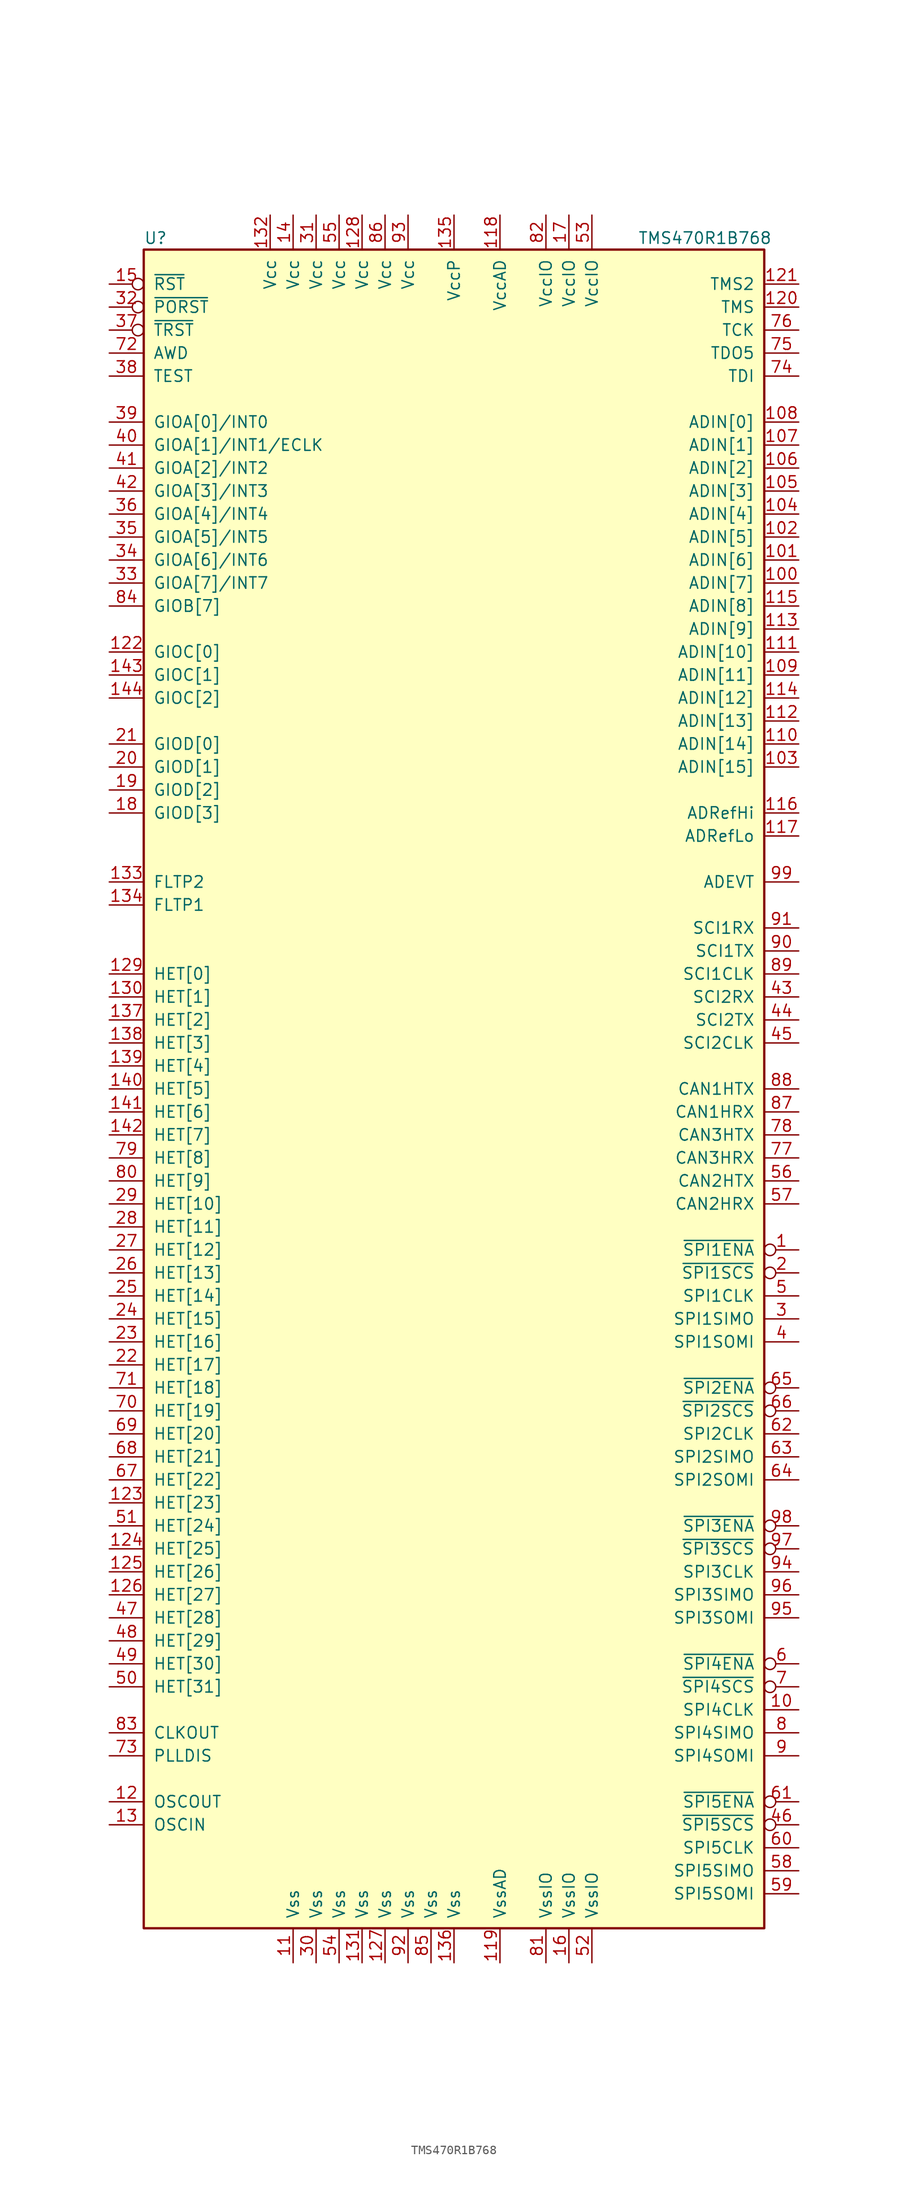
<source format=kicad_sym>
(kicad_symbol_lib
  (version 20241209)
  (generator "kicad_symbol_editor")
  (generator_version "9.0")
  (symbol "TMS470R1B768"
    (pin_names
      (offset 1.016))
    (property "Reference" "U"
      (at -34.29 93.98 0)
      (effects (font (size 1.27 1.27)) (justify left)))
    (property "Value" "TMS470R1B768"
      (at 20.32 93.98 0)
      (effects (font (size 1.27 1.27)) (justify left)))
    (symbol "TMS470R1B768_0_1"
      (rectangle (start -34.29 92.71) (end 34.29 -92.71) (stroke (width 0.254) (type default)) (fill (type background))))
    (symbol "TMS470R1B768_1_1"
      (pin input inverted (at -38.1 88.9 0) (length 3.81) (name "~{RST}" (effects (font (size 1.27 1.27)))) (number "15" (effects (font (size 1.27 1.27)))))
      (pin input inverted (at -38.1 86.36 0) (length 3.81) (name "~{PORST}" (effects (font (size 1.27 1.27)))) (number "32" (effects (font (size 1.27 1.27)))))
      (pin input inverted (at -38.1 83.82 0) (length 3.81) (name "~{TRST}" (effects (font (size 1.27 1.27)))) (number "37" (effects (font (size 1.27 1.27)))))
      (pin passive line (at -38.1 81.28 0) (length 3.81) (name "AWD" (effects (font (size 1.27 1.27)))) (number "72" (effects (font (size 1.27 1.27)))))
      (pin passive line (at -38.1 78.74 0) (length 3.81) (name "TEST" (effects (font (size 1.27 1.27)))) (number "38" (effects (font (size 1.27 1.27)))))
      (pin input line (at -38.1 73.66 0) (length 3.81) (name "GIOA[0]/INT0" (effects (font (size 1.27 1.27)))) (number "39" (effects (font (size 1.27 1.27)))))
      (pin passive line (at -38.1 71.12 0) (length 3.81) (name "GIOA[1]/INT1/ECLK" (effects (font (size 1.27 1.27)))) (number "40" (effects (font (size 1.27 1.27)))))
      (pin passive line (at -38.1 68.58 0) (length 3.81) (name "GIOA[2]/INT2" (effects (font (size 1.27 1.27)))) (number "41" (effects (font (size 1.27 1.27)))))
      (pin passive line (at -38.1 66.04 0) (length 3.81) (name "GIOA[3]/INT3" (effects (font (size 1.27 1.27)))) (number "42" (effects (font (size 1.27 1.27)))))
      (pin passive line (at -38.1 63.5 0) (length 3.81) (name "GIOA[4]/INT4" (effects (font (size 1.27 1.27)))) (number "36" (effects (font (size 1.27 1.27)))))
      (pin passive line (at -38.1 60.96 0) (length 3.81) (name "GIOA[5]/INT5" (effects (font (size 1.27 1.27)))) (number "35" (effects (font (size 1.27 1.27)))))
      (pin passive line (at -38.1 58.42 0) (length 3.81) (name "GIOA[6]/INT6" (effects (font (size 1.27 1.27)))) (number "34" (effects (font (size 1.27 1.27)))))
      (pin passive line (at -38.1 55.88 0) (length 3.81) (name "GIOA[7]/INT7" (effects (font (size 1.27 1.27)))) (number "33" (effects (font (size 1.27 1.27)))))
      (pin passive line (at -38.1 53.34 0) (length 3.81) (name "GIOB[7]" (effects (font (size 1.27 1.27)))) (number "84" (effects (font (size 1.27 1.27)))))
      (pin passive line (at -38.1 48.26 0) (length 3.81) (name "GIOC[0]" (effects (font (size 1.27 1.27)))) (number "122" (effects (font (size 1.27 1.27)))))
      (pin passive line (at -38.1 45.72 0) (length 3.81) (name "GIOC[1]" (effects (font (size 1.27 1.27)))) (number "143" (effects (font (size 1.27 1.27)))))
      (pin passive line (at -38.1 43.18 0) (length 3.81) (name "GIOC[2]" (effects (font (size 1.27 1.27)))) (number "144" (effects (font (size 1.27 1.27)))))
      (pin passive line (at -38.1 38.1 0) (length 3.81) (name "GIOD[0]" (effects (font (size 1.27 1.27)))) (number "21" (effects (font (size 1.27 1.27)))))
      (pin passive line (at -38.1 35.56 0) (length 3.81) (name "GIOD[1]" (effects (font (size 1.27 1.27)))) (number "20" (effects (font (size 1.27 1.27)))))
      (pin passive line (at -38.1 33.02 0) (length 3.81) (name "GIOD[2]" (effects (font (size 1.27 1.27)))) (number "19" (effects (font (size 1.27 1.27)))))
      (pin passive line (at -38.1 30.48 0) (length 3.81) (name "GIOD[3]" (effects (font (size 1.27 1.27)))) (number "18" (effects (font (size 1.27 1.27)))))
      (pin passive line (at -38.1 22.86 0) (length 3.81) (name "FLTP2" (effects (font (size 1.27 1.27)))) (number "133" (effects (font (size 1.27 1.27)))))
      (pin passive line (at -38.1 20.32 0) (length 3.81) (name "FLTP1" (effects (font (size 1.27 1.27)))) (number "134" (effects (font (size 1.27 1.27)))))
      (pin passive line (at -38.1 12.7 0) (length 3.81) (name "HET[0]" (effects (font (size 1.27 1.27)))) (number "129" (effects (font (size 1.27 1.27)))))
      (pin passive line (at -38.1 10.16 0) (length 3.81) (name "HET[1]" (effects (font (size 1.27 1.27)))) (number "130" (effects (font (size 1.27 1.27)))))
      (pin passive line (at -38.1 7.62 0) (length 3.81) (name "HET[2]" (effects (font (size 1.27 1.27)))) (number "137" (effects (font (size 1.27 1.27)))))
      (pin passive line (at -38.1 5.08 0) (length 3.81) (name "HET[3]" (effects (font (size 1.27 1.27)))) (number "138" (effects (font (size 1.27 1.27)))))
      (pin passive line (at -38.1 2.54 0) (length 3.81) (name "HET[4]" (effects (font (size 1.27 1.27)))) (number "139" (effects (font (size 1.27 1.27)))))
      (pin passive line (at -38.1 0 0) (length 3.81) (name "HET[5]" (effects (font (size 1.27 1.27)))) (number "140" (effects (font (size 1.27 1.27)))))
      (pin passive line (at -38.1 -2.54 0) (length 3.81) (name "HET[6]" (effects (font (size 1.27 1.27)))) (number "141" (effects (font (size 1.27 1.27)))))
      (pin passive line (at -38.1 -5.08 0) (length 3.81) (name "HET[7]" (effects (font (size 1.27 1.27)))) (number "142" (effects (font (size 1.27 1.27)))))
      (pin passive line (at -38.1 -7.62 0) (length 3.81) (name "HET[8]" (effects (font (size 1.27 1.27)))) (number "79" (effects (font (size 1.27 1.27)))))
      (pin passive line (at -38.1 -10.16 0) (length 3.81) (name "HET[9]" (effects (font (size 1.27 1.27)))) (number "80" (effects (font (size 1.27 1.27)))))
      (pin passive line (at -38.1 -12.7 0) (length 3.81) (name "HET[10]" (effects (font (size 1.27 1.27)))) (number "29" (effects (font (size 1.27 1.27)))))
      (pin passive line (at -38.1 -15.24 0) (length 3.81) (name "HET[11]" (effects (font (size 1.27 1.27)))) (number "28" (effects (font (size 1.27 1.27)))))
      (pin passive line (at -38.1 -17.78 0) (length 3.81) (name "HET[12]" (effects (font (size 1.27 1.27)))) (number "27" (effects (font (size 1.27 1.27)))))
      (pin passive line (at -38.1 -20.32 0) (length 3.81) (name "HET[13]" (effects (font (size 1.27 1.27)))) (number "26" (effects (font (size 1.27 1.27)))))
      (pin passive line (at -38.1 -22.86 0) (length 3.81) (name "HET[14]" (effects (font (size 1.27 1.27)))) (number "25" (effects (font (size 1.27 1.27)))))
      (pin passive line (at -38.1 -25.4 0) (length 3.81) (name "HET[15]" (effects (font (size 1.27 1.27)))) (number "24" (effects (font (size 1.27 1.27)))))
      (pin passive line (at -38.1 -27.94 0) (length 3.81) (name "HET[16]" (effects (font (size 1.27 1.27)))) (number "23" (effects (font (size 1.27 1.27)))))
      (pin passive line (at -38.1 -30.48 0) (length 3.81) (name "HET[17]" (effects (font (size 1.27 1.27)))) (number "22" (effects (font (size 1.27 1.27)))))
      (pin passive line (at -38.1 -33.02 0) (length 3.81) (name "HET[18]" (effects (font (size 1.27 1.27)))) (number "71" (effects (font (size 1.27 1.27)))))
      (pin passive line (at -38.1 -35.56 0) (length 3.81) (name "HET[19]" (effects (font (size 1.27 1.27)))) (number "70" (effects (font (size 1.27 1.27)))))
      (pin passive line (at -38.1 -38.1 0) (length 3.81) (name "HET[20]" (effects (font (size 1.27 1.27)))) (number "69" (effects (font (size 1.27 1.27)))))
      (pin passive line (at -38.1 -40.64 0) (length 3.81) (name "HET[21]" (effects (font (size 1.27 1.27)))) (number "68" (effects (font (size 1.27 1.27)))))
      (pin passive line (at -38.1 -43.18 0) (length 3.81) (name "HET[22]" (effects (font (size 1.27 1.27)))) (number "67" (effects (font (size 1.27 1.27)))))
      (pin passive line (at -38.1 -45.72 0) (length 3.81) (name "HET[23]" (effects (font (size 1.27 1.27)))) (number "123" (effects (font (size 1.27 1.27)))))
      (pin passive line (at -38.1 -48.26 0) (length 3.81) (name "HET[24]" (effects (font (size 1.27 1.27)))) (number "51" (effects (font (size 1.27 1.27)))))
      (pin passive line (at -38.1 -50.8 0) (length 3.81) (name "HET[25]" (effects (font (size 1.27 1.27)))) (number "124" (effects (font (size 1.27 1.27)))))
      (pin passive line (at -38.1 -53.34 0) (length 3.81) (name "HET[26]" (effects (font (size 1.27 1.27)))) (number "125" (effects (font (size 1.27 1.27)))))
      (pin passive line (at -38.1 -55.88 0) (length 3.81) (name "HET[27]" (effects (font (size 1.27 1.27)))) (number "126" (effects (font (size 1.27 1.27)))))
      (pin passive line (at -38.1 -58.42 0) (length 3.81) (name "HET[28]" (effects (font (size 1.27 1.27)))) (number "47" (effects (font (size 1.27 1.27)))))
      (pin passive line (at -38.1 -60.96 0) (length 3.81) (name "HET[29]" (effects (font (size 1.27 1.27)))) (number "48" (effects (font (size 1.27 1.27)))))
      (pin passive line (at -38.1 -63.5 0) (length 3.81) (name "HET[30]" (effects (font (size 1.27 1.27)))) (number "49" (effects (font (size 1.27 1.27)))))
      (pin passive line (at -38.1 -66.04 0) (length 3.81) (name "HET[31]" (effects (font (size 1.27 1.27)))) (number "50" (effects (font (size 1.27 1.27)))))
      (pin passive line (at -38.1 -71.12 0) (length 3.81) (name "CLKOUT" (effects (font (size 1.27 1.27)))) (number "83" (effects (font (size 1.27 1.27)))))
      (pin passive line (at -38.1 -73.66 0) (length 3.81) (name "PLLDIS" (effects (font (size 1.27 1.27)))) (number "73" (effects (font (size 1.27 1.27)))))
      (pin passive line (at -38.1 -78.74 0) (length 3.81) (name "OSCOUT" (effects (font (size 1.27 1.27)))) (number "12" (effects (font (size 1.27 1.27)))))
      (pin passive line (at -38.1 -81.28 0) (length 3.81) (name "OSCIN" (effects (font (size 1.27 1.27)))) (number "13" (effects (font (size 1.27 1.27)))))
      (pin passive line (at -20.32 96.52 270) (length 3.81) (name "Vcc" (effects (font (size 1.27 1.27)))) (number "132" (effects (font (size 1.27 1.27)))))
      (pin power_in line (at -17.78 96.52 270) (length 3.81) (name "Vcc" (effects (font (size 1.27 1.27)))) (number "14" (effects (font (size 1.27 1.27)))))
      (pin power_in line (at -17.78 -96.52 90) (length 3.81) (name "Vss" (effects (font (size 1.27 1.27)))) (number "11" (effects (font (size 1.27 1.27)))))
      (pin passive line (at -15.24 96.52 270) (length 3.81) (name "Vcc" (effects (font (size 1.27 1.27)))) (number "31" (effects (font (size 1.27 1.27)))))
      (pin passive line (at -15.24 -96.52 90) (length 3.81) (name "Vss" (effects (font (size 1.27 1.27)))) (number "30" (effects (font (size 1.27 1.27)))))
      (pin unspecified line (at -12.7 96.52 270) (length 3.81) (name "Vcc" (effects (font (size 1.27 1.27)))) (number "55" (effects (font (size 1.27 1.27)))))
      (pin power_in line (at -12.7 -96.52 90) (length 3.81) (name "Vss" (effects (font (size 1.27 1.27)))) (number "54" (effects (font (size 1.27 1.27)))))
      (pin passive line (at -10.16 96.52 270) (length 3.81) (name "Vcc" (effects (font (size 1.27 1.27)))) (number "128" (effects (font (size 1.27 1.27)))))
      (pin passive line (at -10.16 -96.52 90) (length 3.81) (name "Vss" (effects (font (size 1.27 1.27)))) (number "131" (effects (font (size 1.27 1.27)))))
      (pin passive line (at -7.62 96.52 270) (length 3.81) (name "Vcc" (effects (font (size 1.27 1.27)))) (number "86" (effects (font (size 1.27 1.27)))))
      (pin passive line (at -7.62 -96.52 90) (length 3.81) (name "Vss" (effects (font (size 1.27 1.27)))) (number "127" (effects (font (size 1.27 1.27)))))
      (pin passive line (at -5.08 96.52 270) (length 3.81) (name "Vcc" (effects (font (size 1.27 1.27)))) (number "93" (effects (font (size 1.27 1.27)))))
      (pin passive line (at -5.08 -96.52 90) (length 3.81) (name "Vss" (effects (font (size 1.27 1.27)))) (number "92" (effects (font (size 1.27 1.27)))))
      (pin passive line (at -2.54 -96.52 90) (length 3.81) (name "Vss" (effects (font (size 1.27 1.27)))) (number "85" (effects (font (size 1.27 1.27)))))
      (pin passive line (at 0 96.52 270) (length 3.81) (name "VccP" (effects (font (size 1.27 1.27)))) (number "135" (effects (font (size 1.27 1.27)))))
      (pin passive line (at 0 -96.52 90) (length 3.81) (name "Vss" (effects (font (size 1.27 1.27)))) (number "136" (effects (font (size 1.27 1.27)))))
      (pin passive line (at 5.08 96.52 270) (length 3.81) (name "VccAD" (effects (font (size 1.27 1.27)))) (number "118" (effects (font (size 1.27 1.27)))))
      (pin passive line (at 5.08 -96.52 90) (length 3.81) (name "VssAD" (effects (font (size 1.27 1.27)))) (number "119" (effects (font (size 1.27 1.27)))))
      (pin passive line (at 10.16 96.52 270) (length 3.81) (name "VccIO" (effects (font (size 1.27 1.27)))) (number "82" (effects (font (size 1.27 1.27)))))
      (pin passive line (at 10.16 -96.52 90) (length 3.81) (name "VssIO" (effects (font (size 1.27 1.27)))) (number "81" (effects (font (size 1.27 1.27)))))
      (pin power_in line (at 12.7 96.52 270) (length 3.81) (name "VccIO" (effects (font (size 1.27 1.27)))) (number "17" (effects (font (size 1.27 1.27)))))
      (pin power_in line (at 12.7 -96.52 90) (length 3.81) (name "VssIO" (effects (font (size 1.27 1.27)))) (number "16" (effects (font (size 1.27 1.27)))))
      (pin power_in line (at 15.24 96.52 270) (length 3.81) (name "VccIO" (effects (font (size 1.27 1.27)))) (number "53" (effects (font (size 1.27 1.27)))))
      (pin power_in line (at 15.24 -96.52 90) (length 3.81) (name "VssIO" (effects (font (size 1.27 1.27)))) (number "52" (effects (font (size 1.27 1.27)))))
      (pin passive line (at 38.1 88.9 180) (length 3.81) (name "TMS2" (effects (font (size 1.27 1.27)))) (number "121" (effects (font (size 1.27 1.27)))))
      (pin passive line (at 38.1 86.36 180) (length 3.81) (name "TMS" (effects (font (size 1.27 1.27)))) (number "120" (effects (font (size 1.27 1.27)))))
      (pin passive line (at 38.1 83.82 180) (length 3.81) (name "TCK" (effects (font (size 1.27 1.27)))) (number "76" (effects (font (size 1.27 1.27)))))
      (pin passive line (at 38.1 81.28 180) (length 3.81) (name "TDO5" (effects (font (size 1.27 1.27)))) (number "75" (effects (font (size 1.27 1.27)))))
      (pin passive line (at 38.1 78.74 180) (length 3.81) (name "TDI" (effects (font (size 1.27 1.27)))) (number "74" (effects (font (size 1.27 1.27)))))
      (pin passive line (at 38.1 73.66 180) (length 3.81) (name "ADIN[0]" (effects (font (size 1.27 1.27)))) (number "108" (effects (font (size 1.27 1.27)))))
      (pin passive line (at 38.1 71.12 180) (length 3.81) (name "ADIN[1]" (effects (font (size 1.27 1.27)))) (number "107" (effects (font (size 1.27 1.27)))))
      (pin passive line (at 38.1 68.58 180) (length 3.81) (name "ADIN[2]" (effects (font (size 1.27 1.27)))) (number "106" (effects (font (size 1.27 1.27)))))
      (pin passive line (at 38.1 66.04 180) (length 3.81) (name "ADIN[3]" (effects (font (size 1.27 1.27)))) (number "105" (effects (font (size 1.27 1.27)))))
      (pin passive line (at 38.1 63.5 180) (length 3.81) (name "ADIN[4]" (effects (font (size 1.27 1.27)))) (number "104" (effects (font (size 1.27 1.27)))))
      (pin passive line (at 38.1 60.96 180) (length 3.81) (name "ADIN[5]" (effects (font (size 1.27 1.27)))) (number "102" (effects (font (size 1.27 1.27)))))
      (pin passive line (at 38.1 58.42 180) (length 3.81) (name "ADIN[6]" (effects (font (size 1.27 1.27)))) (number "101" (effects (font (size 1.27 1.27)))))
      (pin passive line (at 38.1 55.88 180) (length 3.81) (name "ADIN[7]" (effects (font (size 1.27 1.27)))) (number "100" (effects (font (size 1.27 1.27)))))
      (pin passive line (at 38.1 53.34 180) (length 3.81) (name "ADIN[8]" (effects (font (size 1.27 1.27)))) (number "115" (effects (font (size 1.27 1.27)))))
      (pin passive line (at 38.1 50.8 180) (length 3.81) (name "ADIN[9]" (effects (font (size 1.27 1.27)))) (number "113" (effects (font (size 1.27 1.27)))))
      (pin passive line (at 38.1 48.26 180) (length 3.81) (name "ADIN[10]" (effects (font (size 1.27 1.27)))) (number "111" (effects (font (size 1.27 1.27)))))
      (pin passive line (at 38.1 45.72 180) (length 3.81) (name "ADIN[11]" (effects (font (size 1.27 1.27)))) (number "109" (effects (font (size 1.27 1.27)))))
      (pin passive line (at 38.1 43.18 180) (length 3.81) (name "ADIN[12]" (effects (font (size 1.27 1.27)))) (number "114" (effects (font (size 1.27 1.27)))))
      (pin passive line (at 38.1 40.64 180) (length 3.81) (name "ADIN[13]" (effects (font (size 1.27 1.27)))) (number "112" (effects (font (size 1.27 1.27)))))
      (pin passive line (at 38.1 38.1 180) (length 3.81) (name "ADIN[14]" (effects (font (size 1.27 1.27)))) (number "110" (effects (font (size 1.27 1.27)))))
      (pin passive line (at 38.1 35.56 180) (length 3.81) (name "ADIN[15]" (effects (font (size 1.27 1.27)))) (number "103" (effects (font (size 1.27 1.27)))))
      (pin passive line (at 38.1 30.48 180) (length 3.81) (name "ADRefHi" (effects (font (size 1.27 1.27)))) (number "116" (effects (font (size 1.27 1.27)))))
      (pin passive line (at 38.1 27.94 180) (length 3.81) (name "ADRefLo" (effects (font (size 1.27 1.27)))) (number "117" (effects (font (size 1.27 1.27)))))
      (pin passive line (at 38.1 22.86 180) (length 3.81) (name "ADEVT" (effects (font (size 1.27 1.27)))) (number "99" (effects (font (size 1.27 1.27)))))
      (pin passive line (at 38.1 17.78 180) (length 3.81) (name "SCI1RX" (effects (font (size 1.27 1.27)))) (number "91" (effects (font (size 1.27 1.27)))))
      (pin passive line (at 38.1 15.24 180) (length 3.81) (name "SCI1TX" (effects (font (size 1.27 1.27)))) (number "90" (effects (font (size 1.27 1.27)))))
      (pin passive line (at 38.1 12.7 180) (length 3.81) (name "SCI1CLK" (effects (font (size 1.27 1.27)))) (number "89" (effects (font (size 1.27 1.27)))))
      (pin passive line (at 38.1 10.16 180) (length 3.81) (name "SCI2RX" (effects (font (size 1.27 1.27)))) (number "43" (effects (font (size 1.27 1.27)))))
      (pin passive line (at 38.1 7.62 180) (length 3.81) (name "SCI2TX" (effects (font (size 1.27 1.27)))) (number "44" (effects (font (size 1.27 1.27)))))
      (pin passive line (at 38.1 5.08 180) (length 3.81) (name "SCI2CLK" (effects (font (size 1.27 1.27)))) (number "45" (effects (font (size 1.27 1.27)))))
      (pin passive line (at 38.1 0 180) (length 3.81) (name "CAN1HTX" (effects (font (size 1.27 1.27)))) (number "88" (effects (font (size 1.27 1.27)))))
      (pin passive line (at 38.1 -2.54 180) (length 3.81) (name "CAN1HRX" (effects (font (size 1.27 1.27)))) (number "87" (effects (font (size 1.27 1.27)))))
      (pin passive line (at 38.1 -5.08 180) (length 3.81) (name "CAN3HTX" (effects (font (size 1.27 1.27)))) (number "78" (effects (font (size 1.27 1.27)))))
      (pin passive line (at 38.1 -7.62 180) (length 3.81) (name "CAN3HRX" (effects (font (size 1.27 1.27)))) (number "77" (effects (font (size 1.27 1.27)))))
      (pin passive line (at 38.1 -10.16 180) (length 3.81) (name "CAN2HTX" (effects (font (size 1.27 1.27)))) (number "56" (effects (font (size 1.27 1.27)))))
      (pin passive line (at 38.1 -12.7 180) (length 3.81) (name "CAN2HRX" (effects (font (size 1.27 1.27)))) (number "57" (effects (font (size 1.27 1.27)))))
      (pin passive inverted (at 38.1 -17.78 180) (length 3.81) (name "~{SPI1ENA}" (effects (font (size 1.27 1.27)))) (number "1" (effects (font (size 1.27 1.27)))))
      (pin passive inverted (at 38.1 -20.32 180) (length 3.81) (name "~{SPI1SCS}" (effects (font (size 1.27 1.27)))) (number "2" (effects (font (size 1.27 1.27)))))
      (pin passive line (at 38.1 -22.86 180) (length 3.81) (name "SPI1CLK" (effects (font (size 1.27 1.27)))) (number "5" (effects (font (size 1.27 1.27)))))
      (pin passive line (at 38.1 -25.4 180) (length 3.81) (name "SPI1SIMO" (effects (font (size 1.27 1.27)))) (number "3" (effects (font (size 1.27 1.27)))))
      (pin passive line (at 38.1 -27.94 180) (length 3.81) (name "SPI1SOMI" (effects (font (size 1.27 1.27)))) (number "4" (effects (font (size 1.27 1.27)))))
      (pin passive inverted (at 38.1 -33.02 180) (length 3.81) (name "~{SPI2ENA}" (effects (font (size 1.27 1.27)))) (number "65" (effects (font (size 1.27 1.27)))))
      (pin passive inverted (at 38.1 -35.56 180) (length 3.81) (name "~{SPI2SCS}" (effects (font (size 1.27 1.27)))) (number "66" (effects (font (size 1.27 1.27)))))
      (pin passive line (at 38.1 -38.1 180) (length 3.81) (name "SPI2CLK" (effects (font (size 1.27 1.27)))) (number "62" (effects (font (size 1.27 1.27)))))
      (pin passive line (at 38.1 -40.64 180) (length 3.81) (name "SPI2SIMO" (effects (font (size 1.27 1.27)))) (number "63" (effects (font (size 1.27 1.27)))))
      (pin passive line (at 38.1 -43.18 180) (length 3.81) (name "SPI2SOMI" (effects (font (size 1.27 1.27)))) (number "64" (effects (font (size 1.27 1.27)))))
      (pin passive inverted (at 38.1 -48.26 180) (length 3.81) (name "~{SPI3ENA}" (effects (font (size 1.27 1.27)))) (number "98" (effects (font (size 1.27 1.27)))))
      (pin passive inverted (at 38.1 -50.8 180) (length 3.81) (name "~{SPI3SCS}" (effects (font (size 1.27 1.27)))) (number "97" (effects (font (size 1.27 1.27)))))
      (pin passive line (at 38.1 -53.34 180) (length 3.81) (name "SPI3CLK" (effects (font (size 1.27 1.27)))) (number "94" (effects (font (size 1.27 1.27)))))
      (pin passive line (at 38.1 -55.88 180) (length 3.81) (name "SPI3SIMO" (effects (font (size 1.27 1.27)))) (number "96" (effects (font (size 1.27 1.27)))))
      (pin passive line (at 38.1 -58.42 180) (length 3.81) (name "SPI3SOMI" (effects (font (size 1.27 1.27)))) (number "95" (effects (font (size 1.27 1.27)))))
      (pin passive inverted (at 38.1 -63.5 180) (length 3.81) (name "~{SPI4ENA}" (effects (font (size 1.27 1.27)))) (number "6" (effects (font (size 1.27 1.27)))))
      (pin passive inverted (at 38.1 -66.04 180) (length 3.81) (name "~{SPI4SCS}" (effects (font (size 1.27 1.27)))) (number "7" (effects (font (size 1.27 1.27)))))
      (pin passive line (at 38.1 -68.58 180) (length 3.81) (name "SPI4CLK" (effects (font (size 1.27 1.27)))) (number "10" (effects (font (size 1.27 1.27)))))
      (pin passive line (at 38.1 -71.12 180) (length 3.81) (name "SPI4SIMO" (effects (font (size 1.27 1.27)))) (number "8" (effects (font (size 1.27 1.27)))))
      (pin passive line (at 38.1 -73.66 180) (length 3.81) (name "SPI4SOMI" (effects (font (size 1.27 1.27)))) (number "9" (effects (font (size 1.27 1.27)))))
      (pin passive inverted (at 38.1 -78.74 180) (length 3.81) (name "~{SPI5ENA}" (effects (font (size 1.27 1.27)))) (number "61" (effects (font (size 1.27 1.27)))))
      (pin passive inverted (at 38.1 -81.28 180) (length 3.81) (name "~{SPI5SCS}" (effects (font (size 1.27 1.27)))) (number "46" (effects (font (size 1.27 1.27)))))
      (pin passive line (at 38.1 -83.82 180) (length 3.81) (name "SPI5CLK" (effects (font (size 1.27 1.27)))) (number "60" (effects (font (size 1.27 1.27)))))
      (pin passive line (at 38.1 -86.36 180) (length 3.81) (name "SPI5SIMO" (effects (font (size 1.27 1.27)))) (number "58" (effects (font (size 1.27 1.27)))))
      (pin passive line (at 38.1 -88.9 180) (length 3.81) (name "SPI5SOMI" (effects (font (size 1.27 1.27)))) (number "59" (effects (font (size 1.27 1.27))))))))
</source>
